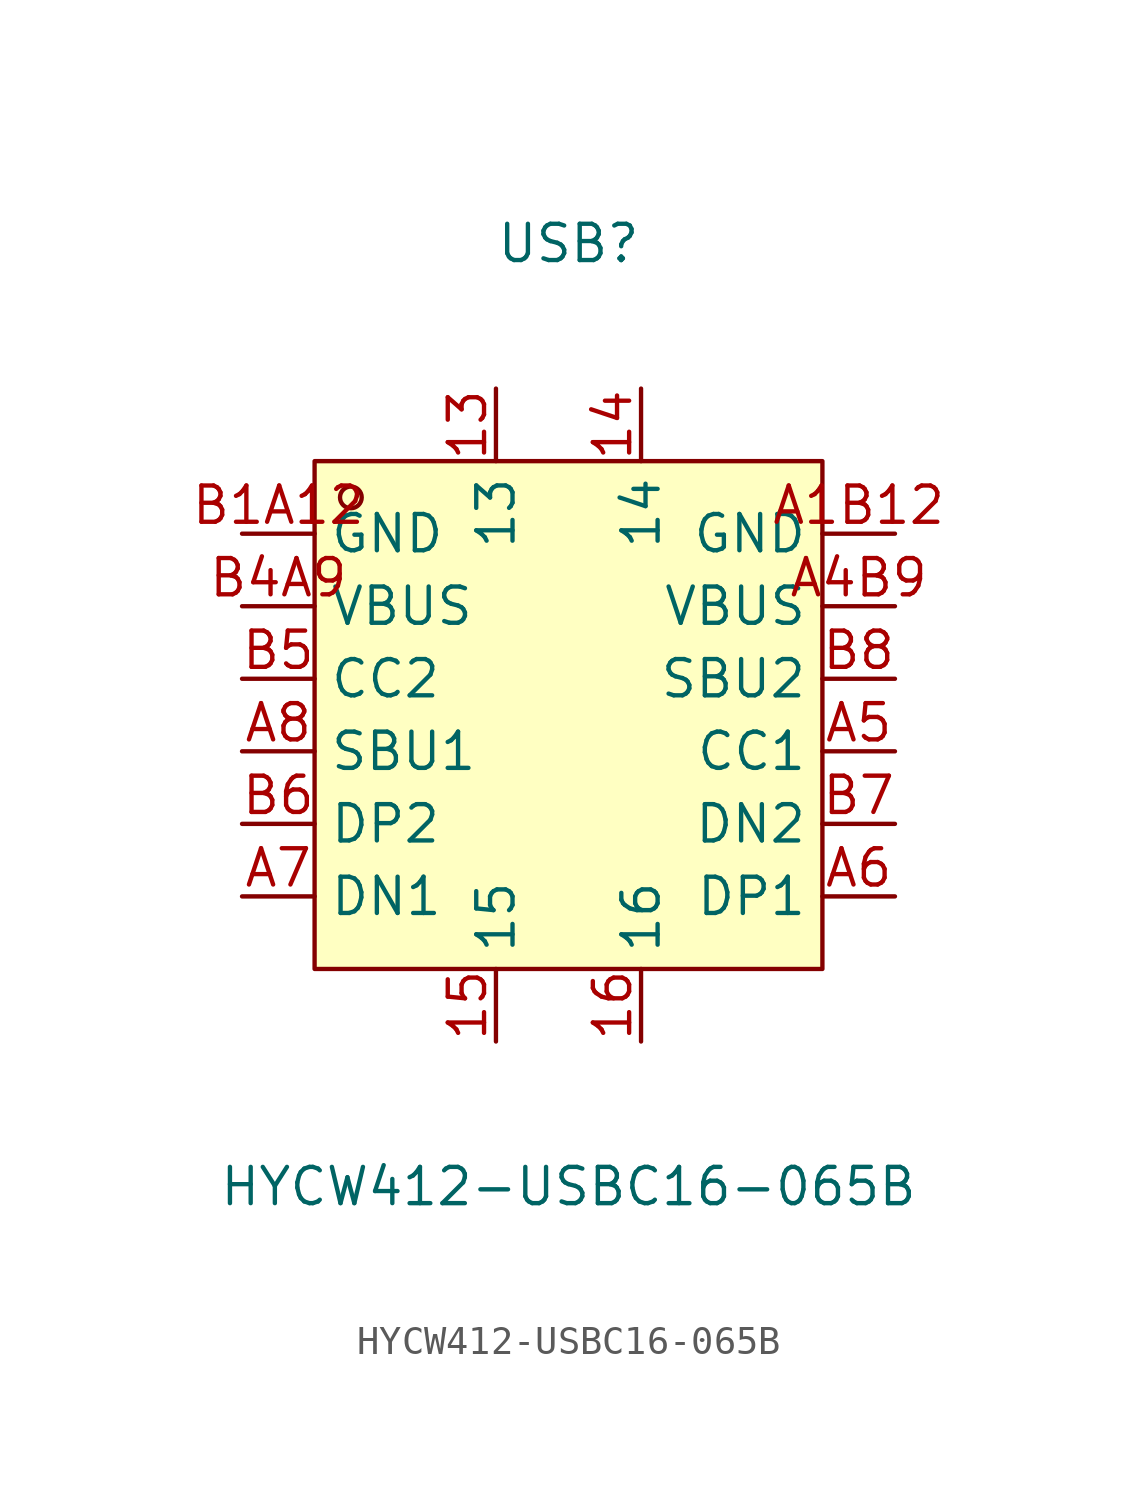
<source format=kicad_sym>
(kicad_symbol_lib
  (version 20211014)
  (generator https://github.com/uPesy/easyeda2kicad.py)
  (symbol "HYCW412-USBC16-065B"
    (property "Reference" "USB"
      (at 0 16.51 0)
      (effects (font (size 1.27 1.27))))
    (property "Value" "HYCW412-USBC16-065B"
      (at 0 -16.51 0)
      (effects (font (size 1.27 1.27))))
    (symbol "HYCW412-USBC16-065B_0_1"
      (rectangle (start -8.89 8.89) (end 8.89 -8.89) (stroke (width 0) (type default) (color 0 0 0 0)) (fill (type background)))
      (circle (center -7.62 7.62) (radius 0.38) (stroke (width 0) (type default) (color 0 0 0 0)) (fill (type none)))
      (pin unspecified line (at -11.43 6.35 0) (length 2.54) (name "GND" (effects (font (size 1.27 1.27)))) (number "B1A12" (effects (font (size 1.27 1.27)))))
      (pin unspecified line (at -11.43 3.81 0) (length 2.54) (name "VBUS" (effects (font (size 1.27 1.27)))) (number "B4A9" (effects (font (size 1.27 1.27)))))
      (pin unspecified line (at -11.43 1.27 0) (length 2.54) (name "CC2" (effects (font (size 1.27 1.27)))) (number "B5" (effects (font (size 1.27 1.27)))))
      (pin unspecified line (at -11.43 -1.27 0) (length 2.54) (name "SBU1" (effects (font (size 1.27 1.27)))) (number "A8" (effects (font (size 1.27 1.27)))))
      (pin unspecified line (at -11.43 -3.81 0) (length 2.54) (name "DP2" (effects (font (size 1.27 1.27)))) (number "B6" (effects (font (size 1.27 1.27)))))
      (pin unspecified line (at -11.43 -6.35 0) (length 2.54) (name "DN1" (effects (font (size 1.27 1.27)))) (number "A7" (effects (font (size 1.27 1.27)))))
      (pin unspecified line (at 11.43 -6.35 180) (length 2.54) (name "DP1" (effects (font (size 1.27 1.27)))) (number "A6" (effects (font (size 1.27 1.27)))))
      (pin unspecified line (at 11.43 -3.81 180) (length 2.54) (name "DN2" (effects (font (size 1.27 1.27)))) (number "B7" (effects (font (size 1.27 1.27)))))
      (pin unspecified line (at 11.43 -1.27 180) (length 2.54) (name "CC1" (effects (font (size 1.27 1.27)))) (number "A5" (effects (font (size 1.27 1.27)))))
      (pin unspecified line (at 11.43 1.27 180) (length 2.54) (name "SBU2" (effects (font (size 1.27 1.27)))) (number "B8" (effects (font (size 1.27 1.27)))))
      (pin unspecified line (at 11.43 3.81 180) (length 2.54) (name "VBUS" (effects (font (size 1.27 1.27)))) (number "A4B9" (effects (font (size 1.27 1.27)))))
      (pin unspecified line (at 11.43 6.35 180) (length 2.54) (name "GND" (effects (font (size 1.27 1.27)))) (number "A1B12" (effects (font (size 1.27 1.27)))))
      (pin unspecified line (at -2.54 11.43 270) (length 2.54) (name "13" (effects (font (size 1.27 1.27)))) (number "13" (effects (font (size 1.27 1.27)))))
      (pin unspecified line (at 2.54 11.43 270) (length 2.54) (name "14" (effects (font (size 1.27 1.27)))) (number "14" (effects (font (size 1.27 1.27)))))
      (pin unspecified line (at -2.54 -11.43 90) (length 2.54) (name "15" (effects (font (size 1.27 1.27)))) (number "15" (effects (font (size 1.27 1.27)))))
      (pin unspecified line (at 2.54 -11.43 90) (length 2.54) (name "16" (effects (font (size 1.27 1.27)))) (number "16" (effects (font (size 1.27 1.27))))))))
</source>
